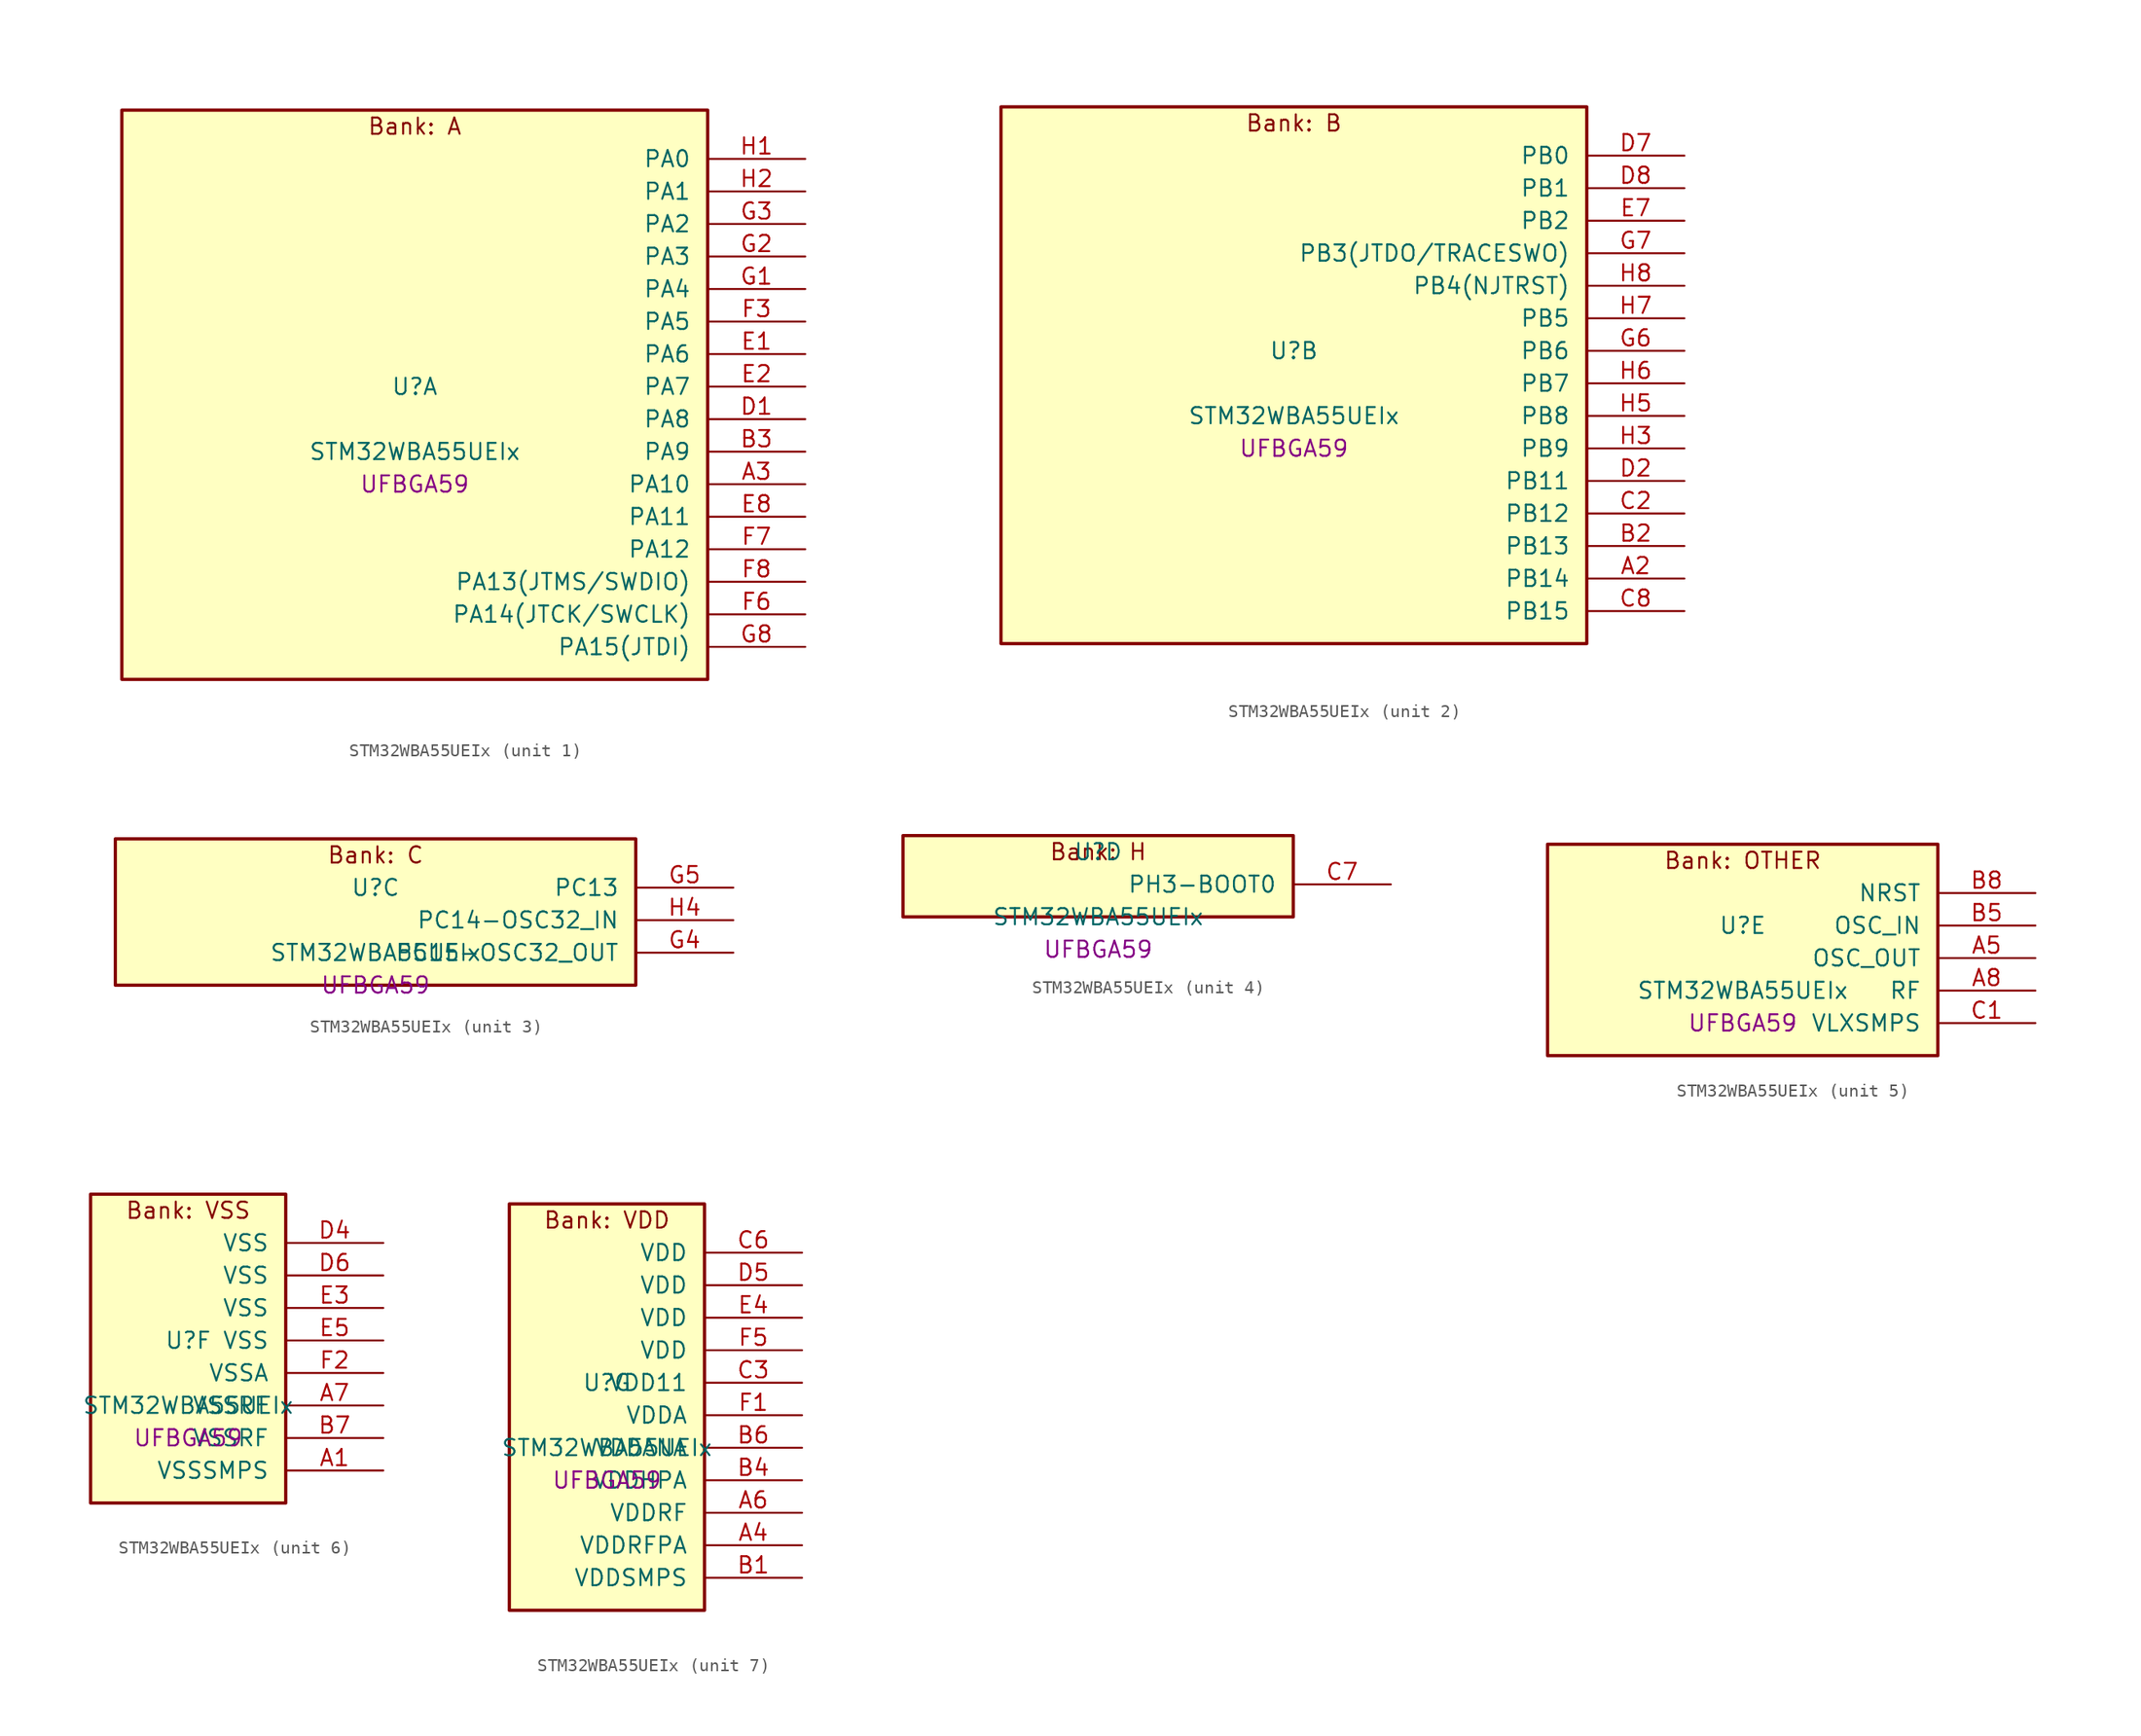
<source format=kicad_sym>
(kicad_symbol_lib
  (version 20241209)
  (generator "stm32_pkl_generator")
  (generator_version "1.0")
  (symbol "STM32WBA55UEIx"
    (pin_names
      (offset 1.27))
    (property "Reference" "U"
      (at 0 2.54 0))
    (property "Value" "STM32WBA55UEIx"
      (at 0 -2.54 0))
    (property "Footprint" "UFBGA59"
      (at 0 -5.08 0))
    (symbol "STM32WBA55UEIx_1_1"
      (rectangle (start -22.86 24.13) (end 22.86 -20.32) (stroke (width 0.254) (type solid)) (fill (type background)))
      (text "Bank: A" (at 0 22.86 0))
      (pin bidirectional line (at 30.48 20.32 180) (length 7.62) (name "PA0") (number "H1") (alternate "PA0/ADC4_IN9" bidirectional line) (alternate "PA0/COMP2_INP" bidirectional line) (alternate "PA0/LPTIM1_IN1" bidirectional line) (alternate "PA0/LPUART1_CTS" bidirectional line) (alternate "PA0/PWR_WKUP1" bidirectional line) (alternate "PA0/SPI3_SCK" bidirectional line) (alternate "PA0/TIM1_CH2N" bidirectional line) (alternate "PA0/TIM3_CH3" bidirectional line) (alternate "PA0/TIM3_ETR" bidirectional line) (alternate "PA0/TSC_G2_IO2" bidirectional line))
      (pin bidirectional line (at 30.48 17.78 180) (length 7.62) (name "PA1") (number "H2") (alternate "PA1/ADC4_IN8" bidirectional line) (alternate "PA1/COMP1_INM" bidirectional line) (alternate "PA1/LPTIM2_CH2" bidirectional line) (alternate "PA1/LPUART1_RX" bidirectional line) (alternate "PA1/PWR_WKUP3" bidirectional line) (alternate "PA1/SAI1_CK1" bidirectional line) (alternate "PA1/SPI1_RDY" bidirectional line) (alternate "PA1/TIM17_CH1" bidirectional line) (alternate "PA1/TIM1_CH1N" bidirectional line) (alternate "PA1/TIM3_CH2" bidirectional line) (alternate "PA1/TSC_G2_IO1" bidirectional line) (alternate "PA1/USART1_CK" bidirectional line))
      (pin bidirectional line (at 30.48 15.24 180) (length 7.62) (name "PA2") (number "G3") (alternate "PA2/ADC4_IN7" bidirectional line) (alternate "PA2/COMP1_INP" bidirectional line) (alternate "PA2/LPUART1_TX" bidirectional line) (alternate "PA2/PWR_WKUP4" bidirectional line) (alternate "PA2/RCC_LSCO" bidirectional line) (alternate "PA2/SAI1_D1" bidirectional line) (alternate "PA2/TIM16_CH1" bidirectional line) (alternate "PA2/TIM1_BKIN" bidirectional line) (alternate "PA2/TIM3_CH1" bidirectional line) (alternate "PA2/TSC_G4_IO4" bidirectional line) (alternate "PA2/USART1_DE" bidirectional line) (alternate "PA2/USART1_RTS" bidirectional line))
      (pin bidirectional line (at 30.48 12.7 180) (length 7.62) (name "PA3") (number "G2") (alternate "PA3/ADC4_IN6" bidirectional line) (alternate "PA3/PWR_WKUP5" bidirectional line) (alternate "PA3/TIM16_CH1N" bidirectional line) (alternate "PA3/TSC_G4_IO2" bidirectional line) (alternate "PA3/USART1_DE" bidirectional line) (alternate "PA3/USART1_RTS" bidirectional line))
      (pin bidirectional line (at 30.48 10.16 180) (length 7.62) (name "PA4") (number "G1") (alternate "PA4/ADC4_IN5" bidirectional line) (alternate "PA4/AUDIOCLK" bidirectional line) (alternate "PA4/PWR_WKUP2" bidirectional line) (alternate "PA4/TAMP_IN6" bidirectional line) (alternate "PA4/TAMP_OUT3" bidirectional line) (alternate "PA4/TIM16_CH1" bidirectional line) (alternate "PA4/TSC_G4_IO1" bidirectional line) (alternate "PA4/USART1_CTS" bidirectional line))
      (pin bidirectional line (at 30.48 7.62 180) (length 7.62) (name "PA5") (number "F3") (alternate "PA5/ADC4_IN4" bidirectional line) (alternate "PA5/AUDIOCLK" bidirectional line) (alternate "PA5/LPTIM2_ETR" bidirectional line) (alternate "PA5/PWR_CSLEEP" bidirectional line) (alternate "PA5/PWR_WKUP6" bidirectional line) (alternate "PA5/SAI1_D2" bidirectional line) (alternate "PA5/SPI3_NSS" bidirectional line) (alternate "PA5/TIM2_CH1" bidirectional line) (alternate "PA5/TIM2_ETR" bidirectional line) (alternate "PA5/TSC_G1_IO4" bidirectional line) (alternate "PA5/USART1_CK" bidirectional line))
      (pin bidirectional line (at 30.48 5.08 180) (length 7.62) (name "PA6") (number "E1") (alternate "PA6/ADC4_IN3" bidirectional line) (alternate "PA6/I2C3_SCL" bidirectional line) (alternate "PA6/PWR_CSTOP" bidirectional line) (alternate "PA6/PWR_WKUP7" bidirectional line) (alternate "PA6/SAI1_CK2" bidirectional line) (alternate "PA6/SAI1_MCLK_A" bidirectional line) (alternate "PA6/SPI3_RDY" bidirectional line) (alternate "PA6/TIM2_CH4" bidirectional line) (alternate "PA6/TSC_G1_IO3" bidirectional line) (alternate "PA6/USART1_DE" bidirectional line) (alternate "PA6/USART1_RTS" bidirectional line))
      (pin bidirectional line (at 30.48 2.54 180) (length 7.62) (name "PA7") (number "E2") (alternate "PA7/ADC4_IN2" bidirectional line) (alternate "PA7/COMP1_OUT" bidirectional line) (alternate "PA7/I2C3_SDA" bidirectional line) (alternate "PA7/PWR_WKUP8" bidirectional line) (alternate "PA7/SAI1_SCK_A" bidirectional line) (alternate "PA7/TAMP_IN1" bidirectional line) (alternate "PA7/TAMP_OUT2" bidirectional line) (alternate "PA7/TIM2_CH3" bidirectional line) (alternate "PA7/TSC_G1_IO2" bidirectional line) (alternate "PA7/USART1_CTS" bidirectional line))
      (pin bidirectional line (at 30.48 0 180) (length 7.62) (name "PA8") (number "D1") (alternate "PA8/ADC4_IN1" bidirectional line) (alternate "PA8/LPTIM1_CH2" bidirectional line) (alternate "PA8/RCC_MCO" bidirectional line) (alternate "PA8/SAI1_FS_A" bidirectional line) (alternate "PA8/SPI3_RDY" bidirectional line) (alternate "PA8/TIM2_CH2" bidirectional line) (alternate "PA8/TSC_G1_IO1" bidirectional line) (alternate "PA8/USART1_RX" bidirectional line))
      (pin bidirectional line (at 30.48 -2.54 180) (length 7.62) (name "PA9") (number "B3") (alternate "PA9/LPUART1_DE" bidirectional line) (alternate "PA9/LPUART1_RTS" bidirectional line) (alternate "PA9/SAI1_CK1" bidirectional line) (alternate "PA9/TIM3_CH2" bidirectional line))
      (pin bidirectional line (at 30.48 -5.08 180) (length 7.62) (name "PA10") (number "A3") (alternate "PA10/LPUART1_RX" bidirectional line) (alternate "PA10/SAI1_D1" bidirectional line) (alternate "PA10/TIM3_CH1" bidirectional line))
      (pin bidirectional line (at 30.48 -7.62 180) (length 7.62) (name "PA11") (number "E8") (alternate "PA11/LPTIM2_CH1" bidirectional line) (alternate "PA11/RF_ANTSW1" bidirectional line) (alternate "PA11/TIM1_CH1" bidirectional line) (alternate "PA11/USART2_RX" bidirectional line))
      (pin bidirectional line (at 30.48 -10.16 180) (length 7.62) (name "PA12") (number "F7") (alternate "PA12/COMP2_OUT" bidirectional line) (alternate "PA12/PTA_STATUS" bidirectional line) (alternate "PA12/PWR_WKUP6" bidirectional line) (alternate "PA12/RF_ANTSW0" bidirectional line) (alternate "PA12/SPI1_NSS" bidirectional line) (alternate "PA12/TIM1_CH2" bidirectional line) (alternate "PA12/TSC_G3_IO4" bidirectional line) (alternate "PA12/USART2_TX" bidirectional line))
      (pin bidirectional line (at 30.48 -12.7 180) (length 7.62) (name "PA13(JTMS/SWDIO)") (number "F8") (alternate "PA13(JTMS/SWDIO)/DEBUG_JTMS-SWDIO" bidirectional line) (alternate "PA13(JTMS/SWDIO)/IR_OUT" bidirectional line) (alternate "PA13(JTMS/SWDIO)/PTA_PRIORITY" bidirectional line))
      (pin bidirectional line (at 30.48 -15.24 180) (length 7.62) (name "PA14(JTCK/SWCLK)") (number "F6") (alternate "PA14(JTCK/SWCLK)/COMP2_OUT" bidirectional line) (alternate "PA14(JTCK/SWCLK)/DEBUG_JTCK-SWCLK" bidirectional line) (alternate "PA14(JTCK/SWCLK)/PTA_STATUS" bidirectional line) (alternate "PA14(JTCK/SWCLK)/TAMP_IN3" bidirectional line) (alternate "PA14(JTCK/SWCLK)/TAMP_OUT6" bidirectional line) (alternate "PA14(JTCK/SWCLK)/USART2_TX" bidirectional line))
      (pin bidirectional line (at 30.48 -17.78 180) (length 7.62) (name "PA15(JTDI)") (number "G8") (alternate "PA15(JTDI)/ADC4_EXTI15" bidirectional line) (alternate "PA15(JTDI)/DEBUG_JTDI" bidirectional line) (alternate "PA15(JTDI)/I2C1_SCL" bidirectional line) (alternate "PA15(JTDI)/LPTIM1_CH2" bidirectional line) (alternate "PA15(JTDI)/PTA_STATUS" bidirectional line) (alternate "PA15(JTDI)/SPI1_MOSI" bidirectional line) (alternate "PA15(JTDI)/TIM17_BKIN" bidirectional line) (alternate "PA15(JTDI)/TIM1_ETR" bidirectional line) (alternate "PA15(JTDI)/TSC_G3_IO3" bidirectional line) (alternate "PA15(JTDI)/USART2_DE" bidirectional line) (alternate "PA15(JTDI)/USART2_RTS" bidirectional line)))
    (symbol "STM32WBA55UEIx_2_1"
      (rectangle (start -22.86 21.59) (end 22.86 -20.32) (stroke (width 0.254) (type solid)) (fill (type background)))
      (text "Bank: B" (at 0 20.32 0))
      (pin bidirectional line (at 30.48 17.78 180) (length 7.62) (name "PB0") (number "D7") (alternate "PB0/LPTIM2_IN2" bidirectional line) (alternate "PB0/TIM1_CH3N" bidirectional line) (alternate "PB0/USART2_TX" bidirectional line))
      (pin bidirectional line (at 30.48 15.24 180) (length 7.62) (name "PB1") (number "D8") (alternate "PB1/I2C1_SDA" bidirectional line) (alternate "PB1/I2C3_SDA" bidirectional line) (alternate "PB1/PWR_WKUP4" bidirectional line) (alternate "PB1/TIM1_CH2N" bidirectional line) (alternate "PB1/USART2_DE" bidirectional line) (alternate "PB1/USART2_RTS" bidirectional line))
      (pin bidirectional line (at 30.48 12.7 180) (length 7.62) (name "PB2") (number "E7") (alternate "PB2/I2C1_SCL" bidirectional line) (alternate "PB2/I2C3_SCL" bidirectional line) (alternate "PB2/PWR_WKUP1" bidirectional line) (alternate "PB2/RF_ANTSW2" bidirectional line) (alternate "PB2/RTC_OUT2" bidirectional line) (alternate "PB2/TIM1_CH1N" bidirectional line) (alternate "PB2/USART2_CTS" bidirectional line))
      (pin bidirectional line (at 30.48 10.16 180) (length 7.62) (name "PB3(JTDO/TRACESWO)") (number "G7") (alternate "PB3(JTDO/TRACESWO)/DEBUG_JTDO-SWO" bidirectional line) (alternate "PB3(JTDO/TRACESWO)/I2C1_SDA" bidirectional line) (alternate "PB3(JTDO/TRACESWO)/LPTIM1_IN2" bidirectional line) (alternate "PB3(JTDO/TRACESWO)/PTA_ACTIVE" bidirectional line) (alternate "PB3(JTDO/TRACESWO)/SPI1_MISO" bidirectional line) (alternate "PB3(JTDO/TRACESWO)/TIM17_CH1N" bidirectional line) (alternate "PB3(JTDO/TRACESWO)/TIM1_CH4" bidirectional line) (alternate "PB3(JTDO/TRACESWO)/TSC_G3_IO2" bidirectional line) (alternate "PB3(JTDO/TRACESWO)/USART2_CK" bidirectional line))
      (pin bidirectional line (at 30.48 7.62 180) (length 7.62) (name "PB4(NJTRST)") (number "H8") (alternate "PB4(NJTRST)/DEBUG_JTRST" bidirectional line) (alternate "PB4(NJTRST)/LPTIM2_IN2" bidirectional line) (alternate "PB4(NJTRST)/PTA_ACTIVE" bidirectional line) (alternate "PB4(NJTRST)/PTA_PRIORITY" bidirectional line) (alternate "PB4(NJTRST)/SAI1_MCLK_B" bidirectional line) (alternate "PB4(NJTRST)/SPI1_SCK" bidirectional line) (alternate "PB4(NJTRST)/TIM17_CH1" bidirectional line) (alternate "PB4(NJTRST)/TIM1_CH3" bidirectional line) (alternate "PB4(NJTRST)/TSC_G3_IO1" bidirectional line) (alternate "PB4(NJTRST)/USART2_RX" bidirectional line))
      (pin bidirectional line (at 30.48 5.08 180) (length 7.62) (name "PB5") (number "H7") (alternate "PB5/LPUART1_TX" bidirectional line) (alternate "PB5/SAI1_D2" bidirectional line) (alternate "PB5/SAI1_FS_B" bidirectional line) (alternate "PB5/TIM3_CH1" bidirectional line) (alternate "PB5/TSC_G5_IO4" bidirectional line))
      (pin bidirectional line (at 30.48 2.54 180) (length 7.62) (name "PB6") (number "G6") (alternate "PB6/PWR_WKUP3" bidirectional line) (alternate "PB6/SAI1_SCK_B" bidirectional line) (alternate "PB6/TIM2_CH1" bidirectional line) (alternate "PB6/TIM2_ETR" bidirectional line) (alternate "PB6/TSC_G5_IO3" bidirectional line))
      (pin bidirectional line (at 30.48 0 180) (length 7.62) (name "PB7") (number "H6") (alternate "PB7/PWR_WKUP5" bidirectional line) (alternate "PB7/SAI1_SD_B" bidirectional line) (alternate "PB7/TAMP_IN5" bidirectional line) (alternate "PB7/TAMP_OUT4" bidirectional line) (alternate "PB7/TIM1_CH4N" bidirectional line) (alternate "PB7/TSC_G5_IO2" bidirectional line))
      (pin bidirectional line (at 30.48 -2.54 180) (length 7.62) (name "PB8") (number "H5") (alternate "PB8/COMP1_OUT" bidirectional line) (alternate "PB8/LPTIM1_ETR" bidirectional line) (alternate "PB8/PWR_PVD_IN" bidirectional line) (alternate "PB8/SPI3_MOSI" bidirectional line) (alternate "PB8/TIM16_CH1N" bidirectional line) (alternate "PB8/TIM1_CH1" bidirectional line) (alternate "PB8/TIM3_ETR" bidirectional line) (alternate "PB8/TSC_G2_IO4" bidirectional line) (alternate "PB8/USART2_RX" bidirectional line))
      (pin bidirectional line (at 30.48 -5.08 180) (length 7.62) (name "PB9") (number "H3") (alternate "PB9/ADC4_IN10" bidirectional line) (alternate "PB9/COMP2_INM" bidirectional line) (alternate "PB9/IR_OUT" bidirectional line) (alternate "PB9/LPTIM2_IN1" bidirectional line) (alternate "PB9/LPUART1_DE" bidirectional line) (alternate "PB9/LPUART1_RTS" bidirectional line) (alternate "PB9/PWR_WKUP8" bidirectional line) (alternate "PB9/SPI3_MISO" bidirectional line) (alternate "PB9/TIM16_CH1" bidirectional line) (alternate "PB9/TIM1_CH3N" bidirectional line) (alternate "PB9/TIM3_CH4" bidirectional line) (alternate "PB9/TSC_G2_IO3" bidirectional line))
      (pin bidirectional line (at 30.48 -7.62 180) (length 7.62) (name "PB11") (number "D2") (alternate "PB11/LPTIM1_CH1" bidirectional line) (alternate "PB11/LPTIM1_ETR" bidirectional line) (alternate "PB11/LPUART1_TX" bidirectional line))
      (pin bidirectional line (at 30.48 -10.16 180) (length 7.62) (name "PB12") (number "C2") (alternate "PB12/SAI1_SD_A" bidirectional line) (alternate "PB12/SPI1_RDY" bidirectional line) (alternate "PB12/TIM2_CH1" bidirectional line) (alternate "PB12/TIM2_ETR" bidirectional line) (alternate "PB12/TIM3_ETR" bidirectional line) (alternate "PB12/TSC_SYNC" bidirectional line) (alternate "PB12/USART1_TX" bidirectional line))
      (pin bidirectional line (at 30.48 -12.7 180) (length 7.62) (name "PB13") (number "B2") (alternate "PB13/TIM3_CH4" bidirectional line) (alternate "PB13/TSC_G6_IO2" bidirectional line))
      (pin bidirectional line (at 30.48 -15.24 180) (length 7.62) (name "PB14") (number "A2") (alternate "PB14/PWR_WKUP7" bidirectional line) (alternate "PB14/RTC_REFIN" bidirectional line) (alternate "PB14/SAI1_SD_A" bidirectional line) (alternate "PB14/TIM3_CH3" bidirectional line) (alternate "PB14/TSC_G6_IO1" bidirectional line) (alternate "PB14/USART1_TX" bidirectional line))
      (pin bidirectional line (at 30.48 -17.78 180) (length 7.62) (name "PB15") (number "C8") (alternate "PB15/ADC4_EXTI15" bidirectional line) (alternate "PB15/I2C1_SMBA" bidirectional line) (alternate "PB15/I2C3_SMBA" bidirectional line) (alternate "PB15/LPUART1_CTS" bidirectional line) (alternate "PB15/PTA_GRANT" bidirectional line) (alternate "PB15/RF_EXTPABYP" bidirectional line) (alternate "PB15/TIM16_BKIN" bidirectional line) (alternate "PB15/TIM1_BKIN2" bidirectional line) (alternate "PB15/USART2_CTS" bidirectional line)))
    (symbol "STM32WBA55UEIx_3_1"
      (rectangle (start -20.32 6.35) (end 20.32 -5.08) (stroke (width 0.254) (type solid)) (fill (type background)))
      (text "Bank: C" (at 0 5.08 0))
      (pin bidirectional line (at 27.94 2.54 180) (length 7.62) (name "PC13") (number "G5") (alternate "PC13/PWR_WKUP2" bidirectional line) (alternate "PC13/RTC_OUT1" bidirectional line) (alternate "PC13/RTC_TS" bidirectional line) (alternate "PC13/TAMP_IN4" bidirectional line) (alternate "PC13/TAMP_OUT5" bidirectional line) (alternate "PC13/TIM1_BKIN2" bidirectional line) (alternate "PC13/TSC_G5_IO1" bidirectional line))
      (pin bidirectional line (at 27.94 0 180) (length 7.62) (name "PC14-OSC32_IN") (number "H4") (alternate "PC14-OSC32_IN/RCC_OSC32_IN" bidirectional line))
      (pin bidirectional line (at 27.94 -2.54 180) (length 7.62) (name "PC15-OSC32_OUT") (number "G4") (alternate "PC15-OSC32_OUT/ADC4_EXTI15" bidirectional line) (alternate "PC15-OSC32_OUT/RCC_OSC32_OUT" bidirectional line)))
    (symbol "STM32WBA55UEIx_4_1"
      (rectangle (start -15.24 3.81) (end 15.24 -2.54) (stroke (width 0.254) (type solid)) (fill (type background)))
      (text "Bank: H" (at 0 2.54 0))
      (pin bidirectional line (at 22.86 0 180) (length 7.62) (name "PH3-BOOT0") (number "C7") (alternate "PH3-BOOT0/PTA_GRANT" bidirectional line) (alternate "PH3-BOOT0/RF_EXTPABYP" bidirectional line) (alternate "PH3-BOOT0/TAMP_IN2" bidirectional line) (alternate "PH3-BOOT0/TAMP_OUT1" bidirectional line)))
    (symbol "STM32WBA55UEIx_5_1"
      (rectangle (start -15.24 8.89) (end 15.24 -7.62) (stroke (width 0.254) (type solid)) (fill (type background)))
      (text "Bank: OTHER" (at 0 7.62 0))
      (pin input line (at 22.86 5.08 180) (length 7.62) (name "NRST") (number "B8"))
      (pin bidirectional line (at 22.86 2.54 180) (length 7.62) (name "OSC_IN") (number "B5") (alternate "OSC_IN/RCC_OSC_IN" bidirectional line))
      (pin bidirectional line (at 22.86 0 180) (length 7.62) (name "OSC_OUT") (number "A5") (alternate "OSC_OUT/RCC_OSC_OUT" bidirectional line))
      (pin bidirectional line (at 22.86 -2.54 180) (length 7.62) (name "RF") (number "A8"))
      (pin power_in line (at 22.86 -5.08 180) (length 7.62) (name "VLXSMPS") (number "C1")))
    (symbol "STM32WBA55UEIx_6_1"
      (rectangle (start -7.62 13.97) (end 7.62 -10.16) (stroke (width 0.254) (type solid)) (fill (type background)))
      (text "Bank: VSS" (at 0 12.7 0))
      (pin power_in line (at 15.24 10.16 180) (length 7.62) (name "VSS") (number "D4"))
      (pin power_in line (at 15.24 7.62 180) (length 7.62) (name "VSS") (number "D6"))
      (pin power_in line (at 15.24 5.08 180) (length 7.62) (name "VSS") (number "E3"))
      (pin power_in line (at 15.24 2.54 180) (length 7.62) (name "VSS") (number "E5"))
      (pin power_in line (at 15.24 0 180) (length 7.62) (name "VSSA") (number "F2"))
      (pin power_in line (at 15.24 -2.54 180) (length 7.62) (name "VSSRF") (number "A7"))
      (pin power_in line (at 15.24 -5.08 180) (length 7.62) (name "VSSRF") (number "B7"))
      (pin power_in line (at 15.24 -7.62 180) (length 7.62) (name "VSSSMPS") (number "A1")))
    (symbol "STM32WBA55UEIx_7_1"
      (rectangle (start -7.62 16.51) (end 7.62 -15.24) (stroke (width 0.254) (type solid)) (fill (type background)))
      (text "Bank: VDD" (at 0 15.24 0))
      (pin power_in line (at 15.24 12.7 180) (length 7.62) (name "VDD") (number "C6"))
      (pin power_in line (at 15.24 10.16 180) (length 7.62) (name "VDD") (number "D5"))
      (pin power_in line (at 15.24 7.62 180) (length 7.62) (name "VDD") (number "E4"))
      (pin power_in line (at 15.24 5.08 180) (length 7.62) (name "VDD") (number "F5"))
      (pin power_in line (at 15.24 2.54 180) (length 7.62) (name "VDD11") (number "C3"))
      (pin power_in line (at 15.24 0 180) (length 7.62) (name "VDDA") (number "F1"))
      (pin power_in line (at 15.24 -2.54 180) (length 7.62) (name "VDDANA") (number "B6"))
      (pin power_in line (at 15.24 -5.08 180) (length 7.62) (name "VDDHPA") (number "B4"))
      (pin power_in line (at 15.24 -7.62 180) (length 7.62) (name "VDDRF") (number "A6"))
      (pin power_in line (at 15.24 -10.16 180) (length 7.62) (name "VDDRFPA") (number "A4"))
      (pin power_in line (at 15.24 -12.7 180) (length 7.62) (name "VDDSMPS") (number "B1")))))
</source>
